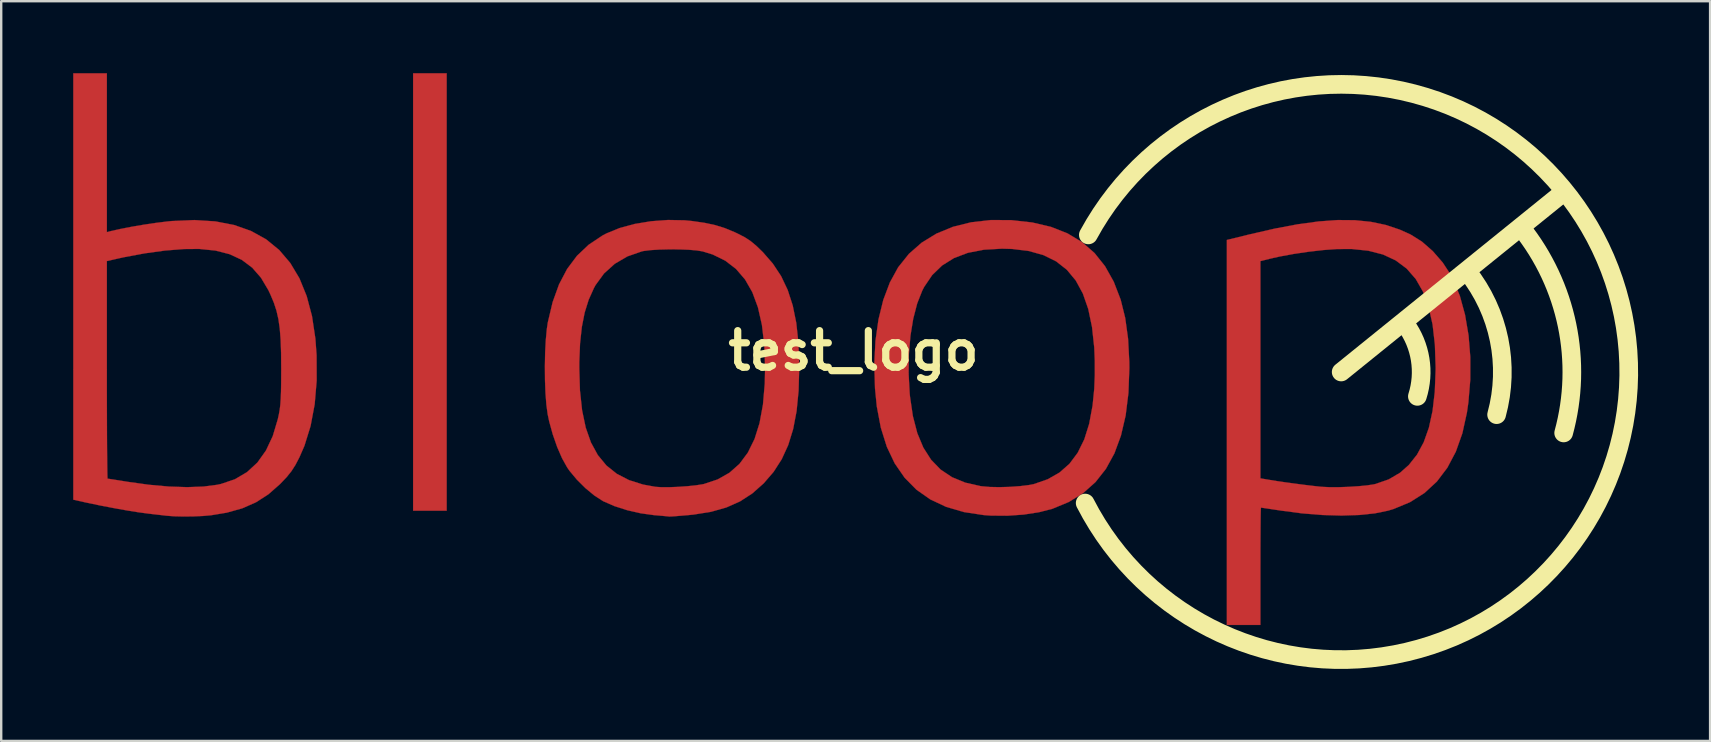
<source format=kicad_pcb>
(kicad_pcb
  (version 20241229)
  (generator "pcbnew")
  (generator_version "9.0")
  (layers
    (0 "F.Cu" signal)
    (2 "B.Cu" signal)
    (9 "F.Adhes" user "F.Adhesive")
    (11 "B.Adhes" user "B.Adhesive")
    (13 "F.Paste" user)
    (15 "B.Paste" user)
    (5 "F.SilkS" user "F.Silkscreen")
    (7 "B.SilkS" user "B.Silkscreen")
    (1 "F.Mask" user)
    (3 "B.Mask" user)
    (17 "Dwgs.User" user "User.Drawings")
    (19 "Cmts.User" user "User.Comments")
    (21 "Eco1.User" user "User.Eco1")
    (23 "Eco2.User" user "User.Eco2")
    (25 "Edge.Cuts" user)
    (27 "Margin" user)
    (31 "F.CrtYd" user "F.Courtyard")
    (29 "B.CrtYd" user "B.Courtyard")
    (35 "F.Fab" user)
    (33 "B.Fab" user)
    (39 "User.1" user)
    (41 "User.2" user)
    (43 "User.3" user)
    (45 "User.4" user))
  (footprint "test_logo"
    (layer "F.Cu")
    (at 32.517 11.562)
    (property "Reference" "test_logo" (at 0 0 0) (layer "F.SilkS") (effects (font (size 1.524 1.524) (thickness 0.3))))
    (attr through_hole)
    (fp_poly (pts (xy -16.954 6.668) (xy -18.352 6.668) (xy -18.352 -11.557) (xy -16.954 -11.557) (xy -16.954 6.668)) (stroke (width 0.01) (type solid)) (fill yes) (layer "F.Cu"))
    (fp_poly (pts (xy 20.894 -5.436) (xy 21.558 -5.368) (xy 22.174 -5.239) (xy 22.752 -5.047) (xy 23.209 -4.842) (xy 23.683 -4.545) (xy 24.137 -4.148) (xy 24.547 -3.677) (xy 24.887 -3.16) (xy 24.979 -2.985) (xy 25.265 -2.284) (xy 25.482 -1.494) (xy 25.628 -0.636) (xy 25.701 0.271) (xy 25.7 1.208) (xy 25.621 2.155) (xy 25.561 2.575) (xy 25.371 3.44) (xy 25.098 4.209) (xy 24.743 4.88) (xy 24.307 5.455) (xy 23.788 5.933) (xy 23.187 6.314) (xy 22.504 6.598) (xy 22.276 6.666) (xy 21.722 6.78) (xy 21.067 6.848) (xy 20.33 6.871) (xy 19.528 6.848) (xy 18.681 6.779) (xy 17.847 6.67) (xy 17.535 6.623) (xy 17.271 6.583) (xy 17.079 6.555) (xy 16.983 6.541) (xy 16.977 6.54) (xy 16.972 6.602) (xy 16.967 6.776) (xy 16.963 7.05) (xy 16.96 7.41) (xy 16.957 7.843) (xy 16.955 8.333) (xy 16.955 8.869) (xy 16.954 8.985) (xy 16.954 11.43) (xy 15.557 11.43) (xy 15.557 -3.731) (xy 16.954 -3.731) (xy 16.954 5.321) (xy 17.351 5.388) (xy 17.644 5.435) (xy 18.008 5.488) (xy 18.407 5.542) (xy 18.804 5.594) (xy 19.163 5.637) (xy 19.446 5.668) (xy 19.526 5.675) (xy 19.842 5.689) (xy 20.221 5.689) (xy 20.627 5.675) (xy 21.027 5.65) (xy 21.385 5.616) (xy 21.665 5.574) (xy 21.749 5.556) (xy 22.303 5.363) (xy 22.774 5.087) (xy 23.139 4.764) (xy 23.482 4.331) (xy 23.76 3.815) (xy 23.975 3.211) (xy 24.128 2.512) (xy 24.221 1.712) (xy 24.256 0.806) (xy 24.257 0.697) (xy 24.225 -0.25) (xy 24.129 -1.089) (xy 23.965 -1.822) (xy 23.732 -2.454) (xy 23.428 -2.985) (xy 23.05 -3.419) (xy 22.595 -3.759) (xy 22.063 -4.007) (xy 21.45 -4.165) (xy 20.754 -4.237) (xy 20.13 -4.233) (xy 19.579 -4.193) (xy 18.969 -4.123) (xy 18.347 -4.031) (xy 17.763 -3.924) (xy 17.36 -3.833) (xy 16.954 -3.731) (xy 15.557 -3.731) (xy 15.557 -4.613) (xy 16.494 -4.843) (xy 17.554 -5.086) (xy 18.513 -5.267) (xy 19.382 -5.385) (xy 20.173 -5.442) (xy 20.894 -5.436)) (stroke (width 0.01) (type solid)) (fill yes) (layer "F.Cu"))
    (fp_poly (pts (xy 6.578 -5.438) (xy 7.449 -5.341) (xy 8.228 -5.158) (xy 8.918 -4.886) (xy 9.521 -4.524) (xy 10.041 -4.07) (xy 10.48 -3.52) (xy 10.843 -2.873) (xy 11.131 -2.127) (xy 11.133 -2.121) (xy 11.321 -1.363) (xy 11.44 -0.499) (xy 11.491 0.472) (xy 11.493 0.73) (xy 11.455 1.765) (xy 11.339 2.701) (xy 11.144 3.538) (xy 10.871 4.279) (xy 10.517 4.925) (xy 10.082 5.477) (xy 9.565 5.938) (xy 8.965 6.308) (xy 8.284 6.59) (xy 7.726 6.733) (xy 7.088 6.831) (xy 6.409 6.878) (xy 5.726 6.873) (xy 5.429 6.852) (xy 4.6 6.726) (xy 3.856 6.508) (xy 3.196 6.197) (xy 2.62 5.792) (xy 2.127 5.292) (xy 1.716 4.697) (xy 1.387 4.005) (xy 1.139 3.216) (xy 0.97 2.328) (xy 0.894 1.566) (xy 0.877 0.951) (xy 2.295 0.951) (xy 2.339 1.771) (xy 2.353 1.914) (xy 2.473 2.729) (xy 2.657 3.437) (xy 2.909 4.041) (xy 3.231 4.545) (xy 3.627 4.954) (xy 4.1 5.271) (xy 4.653 5.499) (xy 5.288 5.643) (xy 5.344 5.651) (xy 5.677 5.68) (xy 6.081 5.688) (xy 6.513 5.676) (xy 6.934 5.646) (xy 7.302 5.601) (xy 7.525 5.556) (xy 8.094 5.358) (xy 8.584 5.078) (xy 9 4.711) (xy 9.342 4.253) (xy 9.615 3.699) (xy 9.82 3.046) (xy 9.961 2.288) (xy 10.031 1.588) (xy 10.054 1.023) (xy 10.053 0.418) (xy 10.031 -0.127) (xy 9.938 -0.984) (xy 9.781 -1.734) (xy 9.556 -2.38) (xy 9.26 -2.924) (xy 8.89 -3.37) (xy 8.443 -3.721) (xy 7.916 -3.981) (xy 7.307 -4.152) (xy 6.611 -4.238) (xy 6.191 -4.25) (xy 5.433 -4.207) (xy 4.766 -4.078) (xy 4.187 -3.859) (xy 3.693 -3.551) (xy 3.279 -3.151) (xy 2.944 -2.657) (xy 2.864 -2.503) (xy 2.653 -1.968) (xy 2.488 -1.334) (xy 2.372 -0.622) (xy 2.307 0.147) (xy 2.295 0.951) (xy 0.877 0.951) (xy 0.865 0.547) (xy 0.914 -0.413) (xy 1.04 -1.303) (xy 1.24 -2.115) (xy 1.513 -2.84) (xy 1.856 -3.467) (xy 1.867 -3.483) (xy 2.309 -4.035) (xy 2.84 -4.501) (xy 3.453 -4.877) (xy 4.143 -5.161) (xy 4.903 -5.35) (xy 5.727 -5.443) (xy 6.578 -5.438)) (stroke (width 0.01) (type solid)) (fill yes) (layer "F.Cu"))
    (fp_poly (pts (xy -31.115 -8.248) (xy -31.115 -4.939) (xy -30.94 -4.984) (xy -30.561 -5.07) (xy -30.096 -5.16) (xy -29.589 -5.247) (xy -29.081 -5.323) (xy -28.614 -5.381) (xy -28.416 -5.401) (xy -27.464 -5.442) (xy -26.595 -5.387) (xy -25.807 -5.235) (xy -25.101 -4.985) (xy -24.477 -4.639) (xy -23.933 -4.195) (xy -23.471 -3.653) (xy -23.089 -3.014) (xy -22.788 -2.276) (xy -22.566 -1.44) (xy -22.425 -0.505) (xy -22.375 0.191) (xy -22.371 1.248) (xy -22.454 2.233) (xy -22.625 3.14) (xy -22.88 3.962) (xy -23.091 4.445) (xy -23.259 4.766) (xy -23.426 5.026) (xy -23.625 5.273) (xy -23.889 5.55) (xy -23.901 5.562) (xy -24.382 5.985) (xy -24.898 6.317) (xy -25.469 6.569) (xy -26.116 6.75) (xy -26.759 6.857) (xy -27.097 6.888) (xy -27.499 6.906) (xy -27.917 6.911) (xy -28.304 6.902) (xy -28.607 6.88) (xy -28.754 6.863) (xy -28.987 6.836) (xy -29.266 6.804) (xy -29.401 6.788) (xy -29.797 6.735) (xy -30.283 6.657) (xy -30.822 6.561) (xy -31.38 6.454) (xy -31.923 6.341) (xy -32.052 6.313) (xy -32.512 6.21) (xy -32.512 -3.733) (xy -31.115 -3.733) (xy -31.115 0.801) (xy -31.115 1.547) (xy -31.113 2.255) (xy -31.111 2.914) (xy -31.109 3.515) (xy -31.106 4.048) (xy -31.102 4.502) (xy -31.098 4.867) (xy -31.094 5.134) (xy -31.089 5.293) (xy -31.085 5.334) (xy -31.014 5.344) (xy -30.843 5.37) (xy -30.595 5.409) (xy -30.297 5.457) (xy -30.257 5.464) (xy -29.364 5.588) (xy -28.531 5.663) (xy -27.769 5.688) (xy -27.093 5.664) (xy -26.516 5.589) (xy -26.358 5.555) (xy -25.777 5.358) (xy -25.272 5.06) (xy -24.841 4.662) (xy -24.485 4.162) (xy -24.201 3.559) (xy -23.991 2.857) (xy -23.945 2.648) (xy -23.91 2.45) (xy -23.885 2.24) (xy -23.868 1.996) (xy -23.857 1.696) (xy -23.851 1.318) (xy -23.849 0.839) (xy -23.849 0.73) (xy -23.854 0.084) (xy -23.873 -0.458) (xy -23.909 -0.915) (xy -23.965 -1.31) (xy -24.046 -1.664) (xy -24.155 -1.997) (xy -24.295 -2.332) (xy -24.386 -2.524) (xy -24.692 -3.039) (xy -25.058 -3.458) (xy -25.491 -3.784) (xy -25.999 -4.02) (xy -26.588 -4.171) (xy -27.266 -4.239) (xy -27.908 -4.234) (xy -28.689 -4.172) (xy -29.538 -4.055) (xy -30.41 -3.892) (xy -30.655 -3.838) (xy -31.115 -3.733) (xy -32.512 -3.733) (xy -32.512 -11.557) (xy -31.115 -11.557) (xy -31.115 -8.248)) (stroke (width 0.01) (type solid)) (fill yes) (layer "F.Cu"))
    (fp_poly (pts (xy -7.036 -5.432) (xy -6.731 -5.402) (xy -6.205 -5.326) (xy -5.763 -5.231) (xy -5.359 -5.105) (xy -4.952 -4.936) (xy -4.826 -4.877) (xy -4.537 -4.728) (xy -4.294 -4.57) (xy -4.057 -4.374) (xy -3.783 -4.109) (xy -3.777 -4.103) (xy -3.361 -3.625) (xy -3.017 -3.104) (xy -2.743 -2.527) (xy -2.534 -1.883) (xy -2.387 -1.161) (xy -2.298 -0.347) (xy -2.264 0.569) (xy -2.263 0.73) (xy -2.29 1.677) (xy -2.373 2.519) (xy -2.516 3.267) (xy -2.721 3.932) (xy -2.992 4.523) (xy -3.332 5.052) (xy -3.745 5.53) (xy -3.746 5.531) (xy -4.218 5.949) (xy -4.729 6.28) (xy -5.297 6.533) (xy -5.94 6.715) (xy -6.674 6.832) (xy -6.903 6.854) (xy -7.198 6.879) (xy -7.443 6.899) (xy -7.614 6.91) (xy -7.684 6.912) (xy -7.757 6.903) (xy -7.927 6.887) (xy -8.165 6.866) (xy -8.319 6.853) (xy -8.868 6.777) (xy -9.432 6.648) (xy -9.965 6.477) (xy -10.421 6.278) (xy -10.443 6.267) (xy -10.798 6.038) (xy -11.172 5.729) (xy -11.53 5.373) (xy -11.837 5.004) (xy -11.935 4.862) (xy -12.147 4.481) (xy -12.351 4.011) (xy -12.533 3.489) (xy -12.681 2.953) (xy -12.746 2.646) (xy -12.799 2.255) (xy -12.836 1.771) (xy -12.857 1.227) (xy -12.861 0.73) (xy -11.429 0.73) (xy -11.4 1.663) (xy -11.311 2.488) (xy -11.16 3.207) (xy -10.942 3.827) (xy -10.656 4.351) (xy -10.299 4.784) (xy -9.867 5.13) (xy -9.358 5.394) (xy -8.77 5.58) (xy -8.255 5.674) (xy -8.01 5.69) (xy -7.678 5.69) (xy -7.301 5.675) (xy -6.916 5.648) (xy -6.564 5.611) (xy -6.284 5.567) (xy -6.229 5.555) (xy -5.662 5.366) (xy -5.17 5.087) (xy -4.751 4.715) (xy -4.403 4.247) (xy -4.125 3.682) (xy -3.916 3.017) (xy -3.774 2.248) (xy -3.699 1.374) (xy -3.685 0.7) (xy -3.719 -0.241) (xy -3.818 -1.076) (xy -3.984 -1.806) (xy -4.217 -2.436) (xy -4.521 -2.967) (xy -4.896 -3.404) (xy -5.344 -3.749) (xy -5.866 -4.006) (xy -6.287 -4.136) (xy -6.533 -4.177) (xy -6.872 -4.205) (xy -7.269 -4.22) (xy -7.689 -4.222) (xy -8.098 -4.212) (xy -8.462 -4.189) (xy -8.748 -4.153) (xy -8.826 -4.136) (xy -9.425 -3.927) (xy -9.951 -3.619) (xy -10.396 -3.218) (xy -10.752 -2.73) (xy -10.818 -2.609) (xy -11.037 -2.121) (xy -11.204 -1.587) (xy -11.322 -0.987) (xy -11.396 -0.306) (xy -11.428 0.474) (xy -11.429 0.73) (xy -12.861 0.73) (xy -12.862 0.654) (xy -12.851 0.086) (xy -12.823 -0.445) (xy -12.78 -0.906) (xy -12.74 -1.175) (xy -12.539 -2.021) (xy -12.272 -2.762) (xy -11.935 -3.404) (xy -11.524 -3.953) (xy -11.036 -4.415) (xy -10.466 -4.795) (xy -10.292 -4.887) (xy -9.749 -5.109) (xy -9.12 -5.28) (xy -8.437 -5.393) (xy -7.732 -5.445) (xy -7.036 -5.432)) (stroke (width 0.01) (type solid)) (fill yes) (layer "F.Cu"))
    (fp_poly (pts (xy -16.954 6.668) (xy -18.352 6.668) (xy -18.352 -11.557) (xy -16.954 -11.557) (xy -16.954 6.668)) (stroke (width 0.01) (type solid)) (fill yes) (layer "F.Mask"))
    (fp_poly (pts (xy 20.894 -5.436) (xy 21.558 -5.368) (xy 22.174 -5.239) (xy 22.752 -5.047) (xy 23.209 -4.842) (xy 23.683 -4.545) (xy 24.137 -4.148) (xy 24.547 -3.677) (xy 24.887 -3.16) (xy 24.979 -2.985) (xy 25.265 -2.284) (xy 25.482 -1.494) (xy 25.628 -0.636) (xy 25.701 0.271) (xy 25.7 1.208) (xy 25.621 2.155) (xy 25.561 2.575) (xy 25.371 3.44) (xy 25.098 4.209) (xy 24.743 4.88) (xy 24.307 5.455) (xy 23.788 5.933) (xy 23.187 6.314) (xy 22.504 6.598) (xy 22.276 6.666) (xy 21.722 6.78) (xy 21.067 6.848) (xy 20.33 6.871) (xy 19.528 6.848) (xy 18.681 6.779) (xy 17.847 6.67) (xy 17.535 6.623) (xy 17.271 6.583) (xy 17.079 6.555) (xy 16.983 6.541) (xy 16.977 6.54) (xy 16.972 6.602) (xy 16.967 6.776) (xy 16.963 7.05) (xy 16.96 7.41) (xy 16.957 7.843) (xy 16.955 8.333) (xy 16.955 8.869) (xy 16.954 8.985) (xy 16.954 11.43) (xy 15.557 11.43) (xy 15.557 -3.731) (xy 16.954 -3.731) (xy 16.954 5.321) (xy 17.351 5.388) (xy 17.644 5.435) (xy 18.008 5.488) (xy 18.407 5.542) (xy 18.804 5.594) (xy 19.163 5.637) (xy 19.446 5.668) (xy 19.526 5.675) (xy 19.842 5.689) (xy 20.221 5.689) (xy 20.627 5.675) (xy 21.027 5.65) (xy 21.385 5.616) (xy 21.665 5.574) (xy 21.749 5.556) (xy 22.303 5.363) (xy 22.774 5.087) (xy 23.139 4.764) (xy 23.482 4.331) (xy 23.76 3.815) (xy 23.975 3.211) (xy 24.128 2.512) (xy 24.221 1.712) (xy 24.256 0.806) (xy 24.257 0.697) (xy 24.225 -0.25) (xy 24.129 -1.089) (xy 23.965 -1.822) (xy 23.732 -2.454) (xy 23.428 -2.985) (xy 23.05 -3.419) (xy 22.595 -3.759) (xy 22.063 -4.007) (xy 21.45 -4.165) (xy 20.754 -4.237) (xy 20.13 -4.233) (xy 19.579 -4.193) (xy 18.969 -4.123) (xy 18.347 -4.031) (xy 17.763 -3.924) (xy 17.36 -3.833) (xy 16.954 -3.731) (xy 15.557 -3.731) (xy 15.557 -4.613) (xy 16.494 -4.843) (xy 17.554 -5.086) (xy 18.513 -5.267) (xy 19.382 -5.385) (xy 20.173 -5.442) (xy 20.894 -5.436)) (stroke (width 0.01) (type solid)) (fill yes) (layer "F.Mask"))
    (fp_poly (pts (xy 6.578 -5.438) (xy 7.449 -5.341) (xy 8.228 -5.158) (xy 8.918 -4.886) (xy 9.521 -4.524) (xy 10.041 -4.07) (xy 10.48 -3.52) (xy 10.843 -2.873) (xy 11.131 -2.127) (xy 11.133 -2.121) (xy 11.321 -1.363) (xy 11.44 -0.499) (xy 11.491 0.472) (xy 11.493 0.73) (xy 11.455 1.765) (xy 11.339 2.701) (xy 11.144 3.538) (xy 10.871 4.279) (xy 10.517 4.925) (xy 10.082 5.477) (xy 9.565 5.938) (xy 8.965 6.308) (xy 8.284 6.59) (xy 7.726 6.733) (xy 7.088 6.831) (xy 6.409 6.878) (xy 5.726 6.873) (xy 5.429 6.852) (xy 4.6 6.726) (xy 3.856 6.508) (xy 3.196 6.197) (xy 2.62 5.792) (xy 2.127 5.292) (xy 1.716 4.697) (xy 1.387 4.005) (xy 1.139 3.216) (xy 0.97 2.328) (xy 0.894 1.566) (xy 0.877 0.951) (xy 2.295 0.951) (xy 2.339 1.771) (xy 2.353 1.914) (xy 2.473 2.729) (xy 2.657 3.437) (xy 2.909 4.041) (xy 3.231 4.545) (xy 3.627 4.954) (xy 4.1 5.271) (xy 4.653 5.499) (xy 5.288 5.643) (xy 5.344 5.651) (xy 5.677 5.68) (xy 6.081 5.688) (xy 6.513 5.676) (xy 6.934 5.646) (xy 7.302 5.601) (xy 7.525 5.556) (xy 8.094 5.358) (xy 8.584 5.078) (xy 9 4.711) (xy 9.342 4.253) (xy 9.615 3.699) (xy 9.82 3.046) (xy 9.961 2.288) (xy 10.031 1.588) (xy 10.054 1.023) (xy 10.053 0.418) (xy 10.031 -0.127) (xy 9.938 -0.984) (xy 9.781 -1.734) (xy 9.556 -2.38) (xy 9.26 -2.924) (xy 8.89 -3.37) (xy 8.443 -3.721) (xy 7.916 -3.981) (xy 7.307 -4.152) (xy 6.611 -4.238) (xy 6.191 -4.25) (xy 5.433 -4.207) (xy 4.766 -4.078) (xy 4.187 -3.859) (xy 3.693 -3.551) (xy 3.279 -3.151) (xy 2.944 -2.657) (xy 2.864 -2.503) (xy 2.653 -1.968) (xy 2.488 -1.334) (xy 2.372 -0.622) (xy 2.307 0.147) (xy 2.295 0.951) (xy 0.877 0.951) (xy 0.865 0.547) (xy 0.914 -0.413) (xy 1.04 -1.303) (xy 1.24 -2.115) (xy 1.513 -2.84) (xy 1.856 -3.467) (xy 1.867 -3.483) (xy 2.309 -4.035) (xy 2.84 -4.501) (xy 3.453 -4.877) (xy 4.143 -5.161) (xy 4.903 -5.35) (xy 5.727 -5.443) (xy 6.578 -5.438)) (stroke (width 0.01) (type solid)) (fill yes) (layer "F.Mask"))
    (fp_poly (pts (xy -31.115 -8.248) (xy -31.115 -4.939) (xy -30.94 -4.984) (xy -30.561 -5.07) (xy -30.096 -5.16) (xy -29.589 -5.247) (xy -29.081 -5.323) (xy -28.614 -5.381) (xy -28.416 -5.401) (xy -27.464 -5.442) (xy -26.595 -5.387) (xy -25.807 -5.235) (xy -25.101 -4.985) (xy -24.477 -4.639) (xy -23.933 -4.195) (xy -23.471 -3.653) (xy -23.089 -3.014) (xy -22.788 -2.276) (xy -22.566 -1.44) (xy -22.425 -0.505) (xy -22.375 0.191) (xy -22.371 1.248) (xy -22.454 2.233) (xy -22.625 3.14) (xy -22.88 3.962) (xy -23.091 4.445) (xy -23.259 4.766) (xy -23.426 5.026) (xy -23.625 5.273) (xy -23.889 5.55) (xy -23.901 5.562) (xy -24.382 5.985) (xy -24.898 6.317) (xy -25.469 6.569) (xy -26.116 6.75) (xy -26.759 6.857) (xy -27.097 6.888) (xy -27.499 6.906) (xy -27.917 6.911) (xy -28.304 6.902) (xy -28.607 6.88) (xy -28.754 6.863) (xy -28.987 6.836) (xy -29.266 6.804) (xy -29.401 6.788) (xy -29.797 6.735) (xy -30.283 6.657) (xy -30.822 6.561) (xy -31.38 6.454) (xy -31.923 6.341) (xy -32.052 6.313) (xy -32.512 6.21) (xy -32.512 -3.733) (xy -31.115 -3.733) (xy -31.115 0.801) (xy -31.115 1.547) (xy -31.113 2.255) (xy -31.111 2.914) (xy -31.109 3.515) (xy -31.106 4.048) (xy -31.102 4.502) (xy -31.098 4.867) (xy -31.094 5.134) (xy -31.089 5.293) (xy -31.085 5.334) (xy -31.014 5.344) (xy -30.843 5.37) (xy -30.595 5.409) (xy -30.297 5.457) (xy -30.257 5.464) (xy -29.364 5.588) (xy -28.531 5.663) (xy -27.769 5.688) (xy -27.093 5.664) (xy -26.516 5.589) (xy -26.358 5.555) (xy -25.777 5.358) (xy -25.272 5.06) (xy -24.841 4.662) (xy -24.485 4.162) (xy -24.201 3.559) (xy -23.991 2.857) (xy -23.945 2.648) (xy -23.91 2.45) (xy -23.885 2.24) (xy -23.868 1.996) (xy -23.857 1.696) (xy -23.851 1.318) (xy -23.849 0.839) (xy -23.849 0.73) (xy -23.854 0.084) (xy -23.873 -0.458) (xy -23.909 -0.915) (xy -23.965 -1.31) (xy -24.046 -1.664) (xy -24.155 -1.997) (xy -24.295 -2.332) (xy -24.386 -2.524) (xy -24.692 -3.039) (xy -25.058 -3.458) (xy -25.491 -3.784) (xy -25.999 -4.02) (xy -26.588 -4.171) (xy -27.266 -4.239) (xy -27.908 -4.234) (xy -28.689 -4.172) (xy -29.538 -4.055) (xy -30.41 -3.892) (xy -30.655 -3.838) (xy -31.115 -3.733) (xy -32.512 -3.733) (xy -32.512 -11.557) (xy -31.115 -11.557) (xy -31.115 -8.248)) (stroke (width 0.01) (type solid)) (fill yes) (layer "F.Mask"))
    (fp_poly (pts (xy -7.036 -5.432) (xy -6.731 -5.402) (xy -6.205 -5.326) (xy -5.763 -5.231) (xy -5.359 -5.105) (xy -4.952 -4.936) (xy -4.826 -4.877) (xy -4.537 -4.728) (xy -4.294 -4.57) (xy -4.057 -4.374) (xy -3.783 -4.109) (xy -3.777 -4.103) (xy -3.361 -3.625) (xy -3.017 -3.104) (xy -2.743 -2.527) (xy -2.534 -1.883) (xy -2.387 -1.161) (xy -2.298 -0.347) (xy -2.264 0.569) (xy -2.263 0.73) (xy -2.29 1.677) (xy -2.373 2.519) (xy -2.516 3.267) (xy -2.721 3.932) (xy -2.992 4.523) (xy -3.332 5.052) (xy -3.745 5.53) (xy -3.746 5.531) (xy -4.218 5.949) (xy -4.729 6.28) (xy -5.297 6.533) (xy -5.94 6.715) (xy -6.674 6.832) (xy -6.903 6.854) (xy -7.198 6.879) (xy -7.443 6.899) (xy -7.614 6.91) (xy -7.684 6.912) (xy -7.757 6.903) (xy -7.927 6.887) (xy -8.165 6.866) (xy -8.319 6.853) (xy -8.868 6.777) (xy -9.432 6.648) (xy -9.965 6.477) (xy -10.421 6.278) (xy -10.443 6.267) (xy -10.798 6.038) (xy -11.172 5.729) (xy -11.53 5.373) (xy -11.837 5.004) (xy -11.935 4.862) (xy -12.147 4.481) (xy -12.351 4.011) (xy -12.533 3.489) (xy -12.681 2.953) (xy -12.746 2.646) (xy -12.799 2.255) (xy -12.836 1.771) (xy -12.857 1.227) (xy -12.861 0.73) (xy -11.429 0.73) (xy -11.4 1.663) (xy -11.311 2.488) (xy -11.16 3.207) (xy -10.942 3.827) (xy -10.656 4.351) (xy -10.299 4.784) (xy -9.867 5.13) (xy -9.358 5.394) (xy -8.77 5.58) (xy -8.255 5.674) (xy -8.01 5.69) (xy -7.678 5.69) (xy -7.301 5.675) (xy -6.916 5.648) (xy -6.564 5.611) (xy -6.284 5.567) (xy -6.229 5.555) (xy -5.662 5.366) (xy -5.17 5.087) (xy -4.751 4.715) (xy -4.403 4.247) (xy -4.125 3.682) (xy -3.916 3.017) (xy -3.774 2.248) (xy -3.699 1.374) (xy -3.685 0.7) (xy -3.719 -0.241) (xy -3.818 -1.076) (xy -3.984 -1.806) (xy -4.217 -2.436) (xy -4.521 -2.967) (xy -4.896 -3.404) (xy -5.344 -3.749) (xy -5.866 -4.006) (xy -6.287 -4.136) (xy -6.533 -4.177) (xy -6.872 -4.205) (xy -7.269 -4.22) (xy -7.689 -4.222) (xy -8.098 -4.212) (xy -8.462 -4.189) (xy -8.748 -4.153) (xy -8.826 -4.136) (xy -9.425 -3.927) (xy -9.951 -3.619) (xy -10.396 -3.218) (xy -10.752 -2.73) (xy -10.818 -2.609) (xy -11.037 -2.121) (xy -11.204 -1.587) (xy -11.322 -0.987) (xy -11.396 -0.306) (xy -11.428 0.474) (xy -11.429 0.73) (xy -12.861 0.73) (xy -12.862 0.654) (xy -12.851 0.086) (xy -12.823 -0.445) (xy -12.78 -0.906) (xy -12.74 -1.175) (xy -12.539 -2.021) (xy -12.272 -2.762) (xy -11.935 -3.404) (xy -11.524 -3.953) (xy -11.036 -4.415) (xy -10.466 -4.795) (xy -10.292 -4.887) (xy -9.749 -5.109) (xy -9.12 -5.28) (xy -8.437 -5.393) (xy -7.732 -5.445) (xy -7.036 -5.432)) (stroke (width 0.01) (type solid)) (fill yes) (layer "F.Mask"))
    (fp_line (start 20.32 0.889) (end 29.591 -6.604) (stroke (width 0.777) (type solid)) (layer "F.SilkS"))
    (fp_arc (start 9.784323 -4.823114) (mid 32.30368 1.030922) (end 9.652 6.35) (stroke (width 0.777) (type solid)) (layer "F.SilkS"))
    (fp_arc (start 23.016002 -1.071728) (mid 23.61126 0.359389) (end 23.495 1.905) (stroke (width 0.777) (type solid)) (layer "F.SilkS"))
    (fp_arc (start 25.576472 -3.292186) (mid 26.900013 -0.458682) (end 26.797 2.667) (stroke (width 0.777) (type solid)) (layer "F.SilkS"))
    (fp_arc (start 27.822006 -5.121237) (mid 29.733292 -1.058555) (end 29.591 3.429) (stroke (width 0.777) (type solid)) (layer "F.SilkS")))
  (gr_rect
    (start -3 -3)
    (end 68.21 27.824)
    (stroke (width 0.1) (type default))
    (fill no)
    (layer "Edge.Cuts")))
</source>
